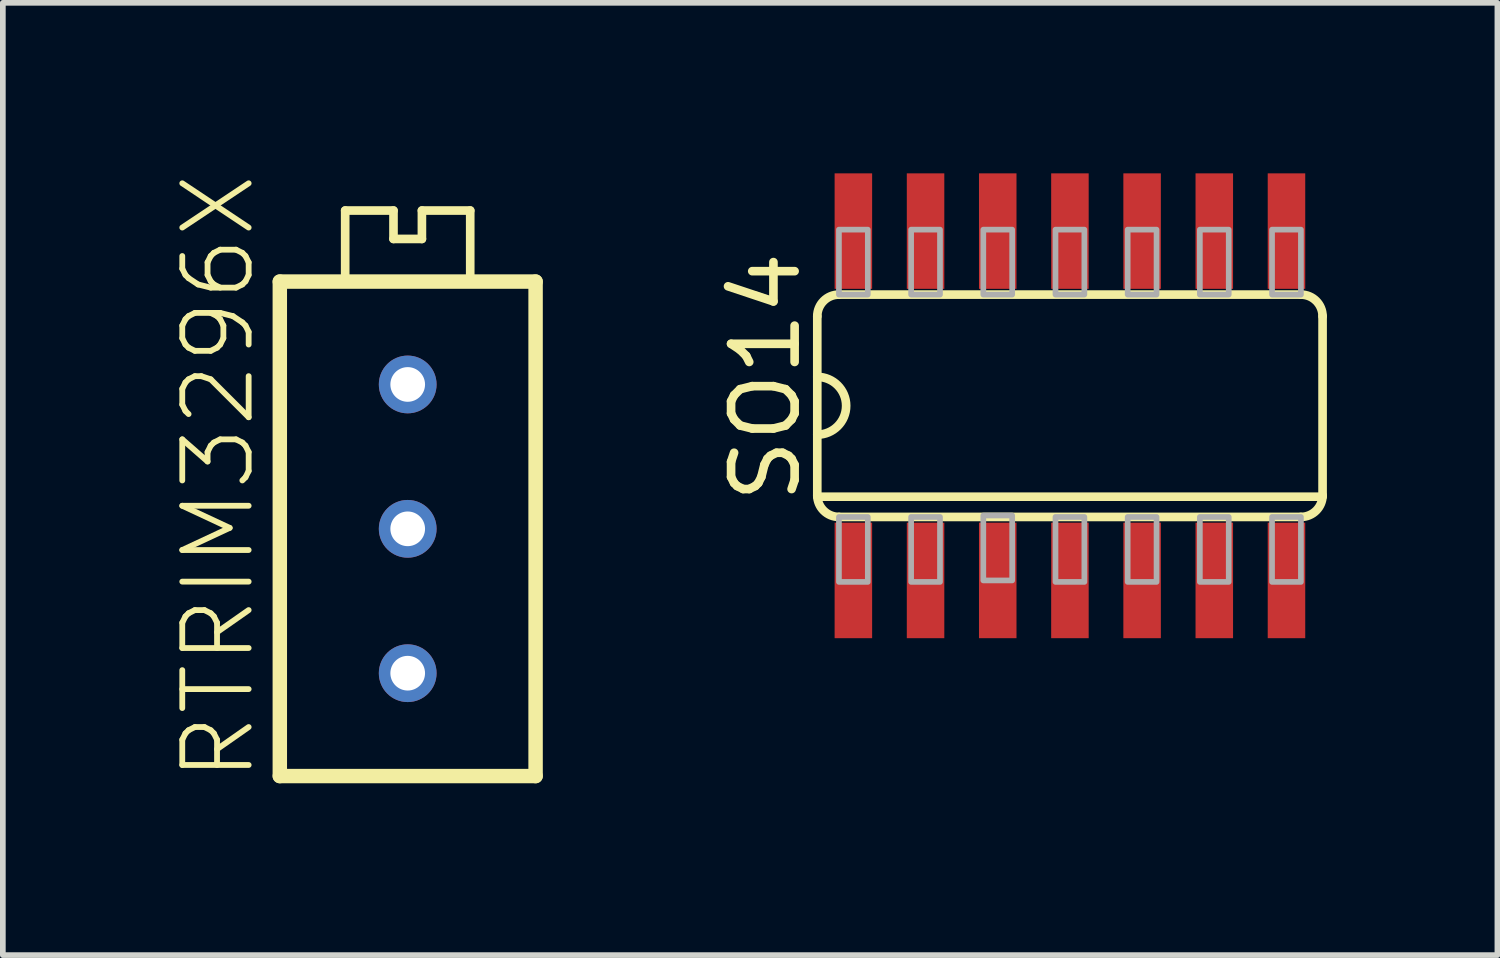
<source format=kicad_pcb>
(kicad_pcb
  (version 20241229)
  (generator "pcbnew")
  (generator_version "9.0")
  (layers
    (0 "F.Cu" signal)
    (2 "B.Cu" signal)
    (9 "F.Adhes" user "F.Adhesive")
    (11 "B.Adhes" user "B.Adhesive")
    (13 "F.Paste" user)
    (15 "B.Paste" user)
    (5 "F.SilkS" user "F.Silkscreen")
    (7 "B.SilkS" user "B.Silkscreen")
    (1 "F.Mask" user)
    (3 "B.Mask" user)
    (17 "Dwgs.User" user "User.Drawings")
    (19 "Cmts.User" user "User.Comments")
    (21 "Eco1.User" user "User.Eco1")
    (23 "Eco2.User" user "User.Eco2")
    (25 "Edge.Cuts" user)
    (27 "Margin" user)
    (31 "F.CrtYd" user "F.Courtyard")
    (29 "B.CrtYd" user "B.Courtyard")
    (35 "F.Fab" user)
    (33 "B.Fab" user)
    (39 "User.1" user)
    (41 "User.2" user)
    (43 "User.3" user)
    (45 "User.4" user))
  (footprint "RTRIM3296X"
    (layer "F.Cu")
    (at 4.123 6.254)
    (property "Reference" "RTRIM3296X" (at -2.65 4.5 90) (layer "F.SilkS") (effects (font (size 1.168 1.168) (thickness 0.102)) (justify left bottom)))
    (fp_line (start -2.25 -4.35) (end 2.25 -4.35) (stroke (width 0.254) (type solid)) (layer "F.SilkS"))
    (fp_line (start -2.25 4.35) (end -2.25 -4.35) (stroke (width 0.254) (type solid)) (layer "F.SilkS"))
    (fp_line (start -1.1 -5.6) (end -0.25 -5.6) (stroke (width 0.152) (type solid)) (layer "F.SilkS"))
    (fp_line (start -1.1 -4.4) (end -1.1 -5.6) (stroke (width 0.152) (type solid)) (layer "F.SilkS"))
    (fp_line (start -0.25 -5.6) (end -0.25 -5.1) (stroke (width 0.152) (type solid)) (layer "F.SilkS"))
    (fp_line (start -0.25 -5.1) (end 0.25 -5.1) (stroke (width 0.152) (type solid)) (layer "F.SilkS"))
    (fp_line (start 0.25 -5.6) (end 1.1 -5.6) (stroke (width 0.152) (type solid)) (layer "F.SilkS"))
    (fp_line (start 0.25 -5.1) (end 0.25 -5.6) (stroke (width 0.152) (type solid)) (layer "F.SilkS"))
    (fp_line (start 1.1 -5.6) (end 1.1 -4.4) (stroke (width 0.152) (type solid)) (layer "F.SilkS"))
    (fp_line (start 2.25 -4.35) (end 2.25 4.35) (stroke (width 0.254) (type solid)) (layer "F.SilkS"))
    (fp_line (start 2.25 4.35) (end -2.25 4.35) (stroke (width 0.254) (type solid)) (layer "F.SilkS"))
    (pad "1" thru_hole circle (at 0 2.54) (size 1.016 1.016) (drill 0.61) (layers "*.Cu" "*.Mask"))
    (pad "2" thru_hole circle (at 0 0) (size 1.016 1.016) (drill 0.61) (layers "*.Cu" "*.Mask"))
    (pad "3" thru_hole circle (at 0 -2.54) (size 1.016 1.016) (drill 0.61) (layers "*.Cu" "*.Mask")))
  (footprint "SO14"
    (layer "F.Cu")
    (at 15.774 4.089)
    (property "Reference" "SO14" (at -4.699 1.778 90) (layer "F.SilkS") (effects (font (size 1.118 1.118) (thickness 0.152)) (justify left bottom)))
    (fp_line (start -4.445 -1.575) (end -4.445 1.575) (stroke (width 0.152) (type solid)) (layer "F.SilkS"))
    (fp_line (start -4.445 1.6) (end 4.445 1.6) (stroke (width 0.152) (type solid)) (layer "F.SilkS"))
    (fp_line (start -4.064 1.956) (end 4.064 1.956) (stroke (width 0.152) (type solid)) (layer "F.SilkS"))
    (fp_line (start 4.064 -1.956) (end -4.064 -1.956) (stroke (width 0.152) (type solid)) (layer "F.SilkS"))
    (fp_line (start 4.445 1.575) (end 4.445 -1.575) (stroke (width 0.152) (type solid)) (layer "F.SilkS"))
    (fp_arc (start -4.445 -1.5748) (mid -4.333408 -1.844208) (end -4.064 -1.9558) (stroke (width 0.1524) (type solid)) (layer "F.SilkS"))
    (fp_arc (start -4.445 -0.508) (mid -3.937 0) (end -4.445 0.508) (stroke (width 0.1524) (type solid)) (layer "F.SilkS"))
    (fp_arc (start -4.064 1.9558) (mid -4.333408 1.844208) (end -4.445 1.5748) (stroke (width 0.1524) (type solid)) (layer "F.SilkS"))
    (fp_arc (start 4.064 -1.9558) (mid 4.333408 -1.844208) (end 4.445 -1.5748) (stroke (width 0.1524) (type solid)) (layer "F.SilkS"))
    (fp_arc (start 4.445 1.5748) (mid 4.333408 1.844208) (end 4.064 1.9558) (stroke (width 0.1524) (type solid)) (layer "F.SilkS"))
    (fp_poly (pts (xy -4.064 -1.956) (xy -3.556 -1.956) (xy -3.556 -3.099) (xy -4.064 -3.099)) (stroke (width 0.1) (type solid)) (fill no) (layer "F.Fab"))
    (fp_poly (pts (xy -4.064 3.099) (xy -3.556 3.099) (xy -3.556 1.956) (xy -4.064 1.956)) (stroke (width 0.1) (type solid)) (fill no) (layer "F.Fab"))
    (fp_poly (pts (xy -2.794 -1.956) (xy -2.286 -1.956) (xy -2.286 -3.099) (xy -2.794 -3.099)) (stroke (width 0.1) (type solid)) (fill no) (layer "F.Fab"))
    (fp_poly (pts (xy -2.794 3.099) (xy -2.286 3.099) (xy -2.286 1.956) (xy -2.794 1.956)) (stroke (width 0.1) (type solid)) (fill no) (layer "F.Fab"))
    (fp_poly (pts (xy -1.524 -1.956) (xy -1.016 -1.956) (xy -1.016 -3.099) (xy -1.524 -3.099)) (stroke (width 0.1) (type solid)) (fill no) (layer "F.Fab"))
    (fp_poly (pts (xy -1.524 3.073) (xy -1.016 3.073) (xy -1.016 1.93) (xy -1.524 1.93)) (stroke (width 0.1) (type solid)) (fill no) (layer "F.Fab"))
    (fp_poly (pts (xy -0.254 -1.956) (xy 0.254 -1.956) (xy 0.254 -3.099) (xy -0.254 -3.099)) (stroke (width 0.1) (type solid)) (fill no) (layer "F.Fab"))
    (fp_poly (pts (xy -0.254 3.099) (xy 0.254 3.099) (xy 0.254 1.956) (xy -0.254 1.956)) (stroke (width 0.1) (type solid)) (fill no) (layer "F.Fab"))
    (fp_poly (pts (xy 1.016 -1.956) (xy 1.524 -1.956) (xy 1.524 -3.099) (xy 1.016 -3.099)) (stroke (width 0.1) (type solid)) (fill no) (layer "F.Fab"))
    (fp_poly (pts (xy 1.016 3.099) (xy 1.524 3.099) (xy 1.524 1.956) (xy 1.016 1.956)) (stroke (width 0.1) (type solid)) (fill no) (layer "F.Fab"))
    (fp_poly (pts (xy 2.286 -1.956) (xy 2.794 -1.956) (xy 2.794 -3.099) (xy 2.286 -3.099)) (stroke (width 0.1) (type solid)) (fill no) (layer "F.Fab"))
    (fp_poly (pts (xy 2.286 3.099) (xy 2.794 3.099) (xy 2.794 1.956) (xy 2.286 1.956)) (stroke (width 0.1) (type solid)) (fill no) (layer "F.Fab"))
    (fp_poly (pts (xy 3.556 -1.956) (xy 4.064 -1.956) (xy 4.064 -3.099) (xy 3.556 -3.099)) (stroke (width 0.1) (type solid)) (fill no) (layer "F.Fab"))
    (fp_poly (pts (xy 3.556 3.099) (xy 4.064 3.099) (xy 4.064 1.956) (xy 3.556 1.956)) (stroke (width 0.1) (type solid)) (fill no) (layer "F.Fab"))
    (pad "1" smd rect (at -3.81 3.073) (size 0.66 2.032) (layers "F.Cu" "F.Mask" "F.Paste"))
    (pad "2" smd rect (at -2.54 3.073) (size 0.66 2.032) (layers "F.Cu" "F.Mask" "F.Paste"))
    (pad "3" smd rect (at -1.27 3.073) (size 0.66 2.032) (layers "F.Cu" "F.Mask" "F.Paste"))
    (pad "4" smd rect (at 0 3.073) (size 0.66 2.032) (layers "F.Cu" "F.Mask" "F.Paste"))
    (pad "5" smd rect (at 1.27 3.073) (size 0.66 2.032) (layers "F.Cu" "F.Mask" "F.Paste"))
    (pad "6" smd rect (at 2.54 3.073) (size 0.66 2.032) (layers "F.Cu" "F.Mask" "F.Paste"))
    (pad "7" smd rect (at 3.81 3.073) (size 0.66 2.032) (layers "F.Cu" "F.Mask" "F.Paste"))
    (pad "8" smd rect (at 3.81 -3.073) (size 0.66 2.032) (layers "F.Cu" "F.Mask" "F.Paste"))
    (pad "9" smd rect (at 2.54 -3.073) (size 0.66 2.032) (layers "F.Cu" "F.Mask" "F.Paste"))
    (pad "10" smd rect (at 1.27 -3.073) (size 0.66 2.032) (layers "F.Cu" "F.Mask" "F.Paste"))
    (pad "11" smd rect (at 0 -3.073) (size 0.66 2.032) (layers "F.Cu" "F.Mask" "F.Paste"))
    (pad "12" smd rect (at -1.27 -3.073) (size 0.66 2.032) (layers "F.Cu" "F.Mask" "F.Paste"))
    (pad "13" smd rect (at -2.54 -3.073) (size 0.66 2.032) (layers "F.Cu" "F.Mask" "F.Paste"))
    (pad "14" smd rect (at -3.81 -3.073) (size 0.66 2.032) (layers "F.Cu" "F.Mask" "F.Paste")))
  (gr_rect
    (start -3 -3)
    (end 23.295 13.754)
    (stroke (width 0.1) (type default))
    (fill no)
    (layer "Edge.Cuts")))
</source>
